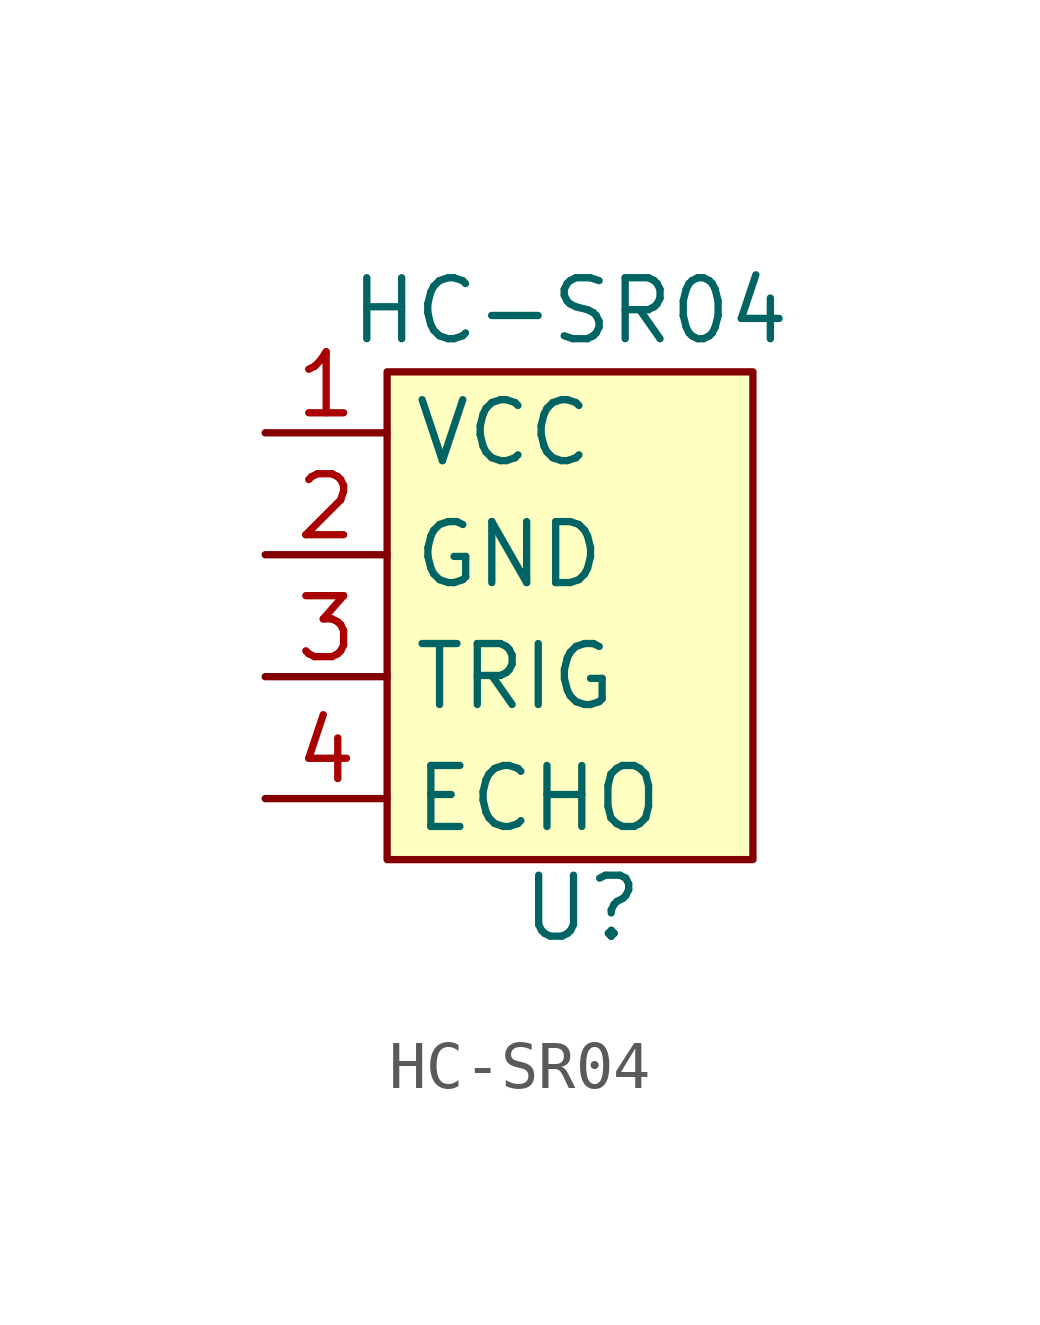
<source format=kicad_sym>
(kicad_symbol_lib
  (version 20231120)
  (generator "kicad_symbol_editor")
  (generator_version "8.0")
  (symbol "HC-SR04"
    (property "Reference" "U"
      (at 1.524 -7.366 0)
      (effects (font (size 1.27 1.27))))
    (property "Value" "HC-SR04"
      (at 1.27 5.08 0)
      (effects (font (size 1.27 1.27))))
    (symbol "HC-SR04_1_1"
      (rectangle (start -2.54 3.81) (end 5.08 -6.35) (stroke (width 0) (type default)) (fill (type background)))
      (pin power_in line (at -5.08 2.54 0) (length 2.54) (name "VCC" (effects (font (size 1.27 1.27)))) (number "1" (effects (font (size 1.27 1.27)))))
      (pin power_in line (at -5.08 0 0) (length 2.54) (name "GND" (effects (font (size 1.27 1.27)))) (number "2" (effects (font (size 1.27 1.27)))))
      (pin input line (at -5.08 -2.54 0) (length 2.54) (name "TRIG" (effects (font (size 1.27 1.27)))) (number "3" (effects (font (size 1.27 1.27)))))
      (pin output line (at -5.08 -5.08 0) (length 2.54) (name "ECHO" (effects (font (size 1.27 1.27)))) (number "4" (effects (font (size 1.27 1.27))))))))
</source>
